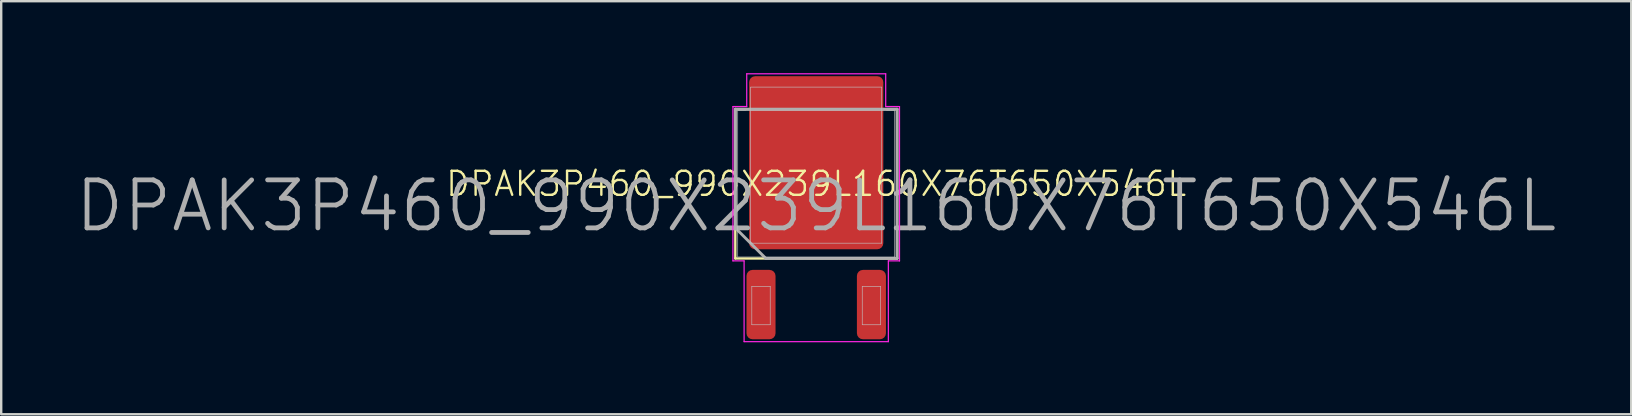
<source format=kicad_pcb>
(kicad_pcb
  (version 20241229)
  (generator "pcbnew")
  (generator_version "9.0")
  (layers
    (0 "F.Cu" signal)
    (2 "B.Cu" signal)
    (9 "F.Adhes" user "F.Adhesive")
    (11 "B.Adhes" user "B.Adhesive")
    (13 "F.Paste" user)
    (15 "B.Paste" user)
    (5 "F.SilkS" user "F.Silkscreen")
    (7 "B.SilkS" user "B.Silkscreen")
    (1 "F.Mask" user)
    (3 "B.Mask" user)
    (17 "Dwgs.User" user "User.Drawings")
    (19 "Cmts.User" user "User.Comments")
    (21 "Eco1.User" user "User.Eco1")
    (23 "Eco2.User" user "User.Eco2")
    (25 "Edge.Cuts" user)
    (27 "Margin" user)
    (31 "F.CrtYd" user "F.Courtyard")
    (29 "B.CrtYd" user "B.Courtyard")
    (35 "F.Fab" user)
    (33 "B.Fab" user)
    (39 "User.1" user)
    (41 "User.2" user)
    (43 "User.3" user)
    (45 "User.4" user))
  (footprint "DPAK3P460_990X239L160X76T650X546L"
    (layer "F.Cu")
    (at 30.957 5.53)
    (property "Reference" "DPAK3P460_990X239L160X76T650X546L" (at 0 -0.922 0) (layer "F.SilkS") (effects (font (size 1 1) (thickness 0.1))))
    (attr smd)
    (fp_line (start -3.37 -4.032) (end -2.945 -4.032) (stroke (width 0.1) (type solid)) (layer "F.SilkS"))
    (fp_line (start -3.37 2.188) (end -3.37 -4.032) (stroke (width 0.1) (type solid)) (layer "F.SilkS"))
    (fp_line (start 2.945 -4.032) (end 3.37 -4.032) (stroke (width 0.1) (type solid)) (layer "F.SilkS"))
    (fp_line (start 3.37 -4.032) (end 3.37 2.188) (stroke (width 0.1) (type solid)) (layer "F.SilkS"))
    (fp_line (start 3.37 2.188) (end -3.37 2.188) (stroke (width 0.1) (type solid)) (layer "F.SilkS"))
    (fp_line (start -3.27 -3.97) (end 3.27 -3.97) (stroke (width 0.025) (type solid)) (layer "Dwgs.User"))
    (fp_line (start -3.27 2.125) (end -3.27 -3.97) (stroke (width 0.025) (type solid)) (layer "Dwgs.User"))
    (fp_line (start -2.73 -4.95) (end 2.73 -4.95) (stroke (width 0.025) (type solid)) (layer "Dwgs.User"))
    (fp_line (start -2.73 1.55) (end -2.73 -4.95) (stroke (width 0.025) (type solid)) (layer "Dwgs.User"))
    (fp_line (start -2.683 3.35) (end -1.917 3.35) (stroke (width 0.025) (type solid)) (layer "Dwgs.User"))
    (fp_line (start -2.683 4.95) (end -2.683 3.35) (stroke (width 0.025) (type solid)) (layer "Dwgs.User"))
    (fp_line (start -1.917 3.35) (end -1.917 4.95) (stroke (width 0.025) (type solid)) (layer "Dwgs.User"))
    (fp_line (start -1.917 4.95) (end -2.683 4.95) (stroke (width 0.025) (type solid)) (layer "Dwgs.User"))
    (fp_line (start 1.917 3.35) (end 2.683 3.35) (stroke (width 0.025) (type solid)) (layer "Dwgs.User"))
    (fp_line (start 1.917 4.95) (end 1.917 3.35) (stroke (width 0.025) (type solid)) (layer "Dwgs.User"))
    (fp_line (start 2.683 3.35) (end 2.683 4.95) (stroke (width 0.025) (type solid)) (layer "Dwgs.User"))
    (fp_line (start 2.683 4.95) (end 1.917 4.95) (stroke (width 0.025) (type solid)) (layer "Dwgs.User"))
    (fp_line (start 2.73 -4.95) (end 2.73 1.55) (stroke (width 0.025) (type solid)) (layer "Dwgs.User"))
    (fp_line (start 2.73 1.55) (end -2.73 1.55) (stroke (width 0.025) (type solid)) (layer "Dwgs.User"))
    (fp_line (start 3.27 -3.97) (end 3.27 2.125) (stroke (width 0.025) (type solid)) (layer "Dwgs.User"))
    (fp_line (start 3.27 2.125) (end -3.27 2.125) (stroke (width 0.025) (type solid)) (layer "Dwgs.User"))
    (fp_line (start -3.47 -4.14) (end -3.47 2.29) (stroke (width 0.05) (type solid)) (layer "F.CrtYd"))
    (fp_line (start -3.47 2.29) (end -3.005 2.29) (stroke (width 0.05) (type solid)) (layer "F.CrtYd"))
    (fp_line (start -3.005 2.29) (end -3.005 5.655) (stroke (width 0.05) (type solid)) (layer "F.CrtYd"))
    (fp_line (start -3.005 5.655) (end 3.005 5.655) (stroke (width 0.05) (type solid)) (layer "F.CrtYd"))
    (fp_line (start -2.895 -5.505) (end -2.895 -4.14) (stroke (width 0.05) (type solid)) (layer "F.CrtYd"))
    (fp_line (start -2.895 -4.14) (end -3.47 -4.14) (stroke (width 0.05) (type solid)) (layer "F.CrtYd"))
    (fp_line (start 2.895 -5.505) (end -2.895 -5.505) (stroke (width 0.05) (type solid)) (layer "F.CrtYd"))
    (fp_line (start 2.895 -4.14) (end 2.895 -5.505) (stroke (width 0.05) (type solid)) (layer "F.CrtYd"))
    (fp_line (start 3.005 2.29) (end 3.47 2.29) (stroke (width 0.05) (type solid)) (layer "F.CrtYd"))
    (fp_line (start 3.005 5.655) (end 3.005 2.29) (stroke (width 0.05) (type solid)) (layer "F.CrtYd"))
    (fp_line (start 3.47 -4.14) (end 2.895 -4.14) (stroke (width 0.05) (type solid)) (layer "F.CrtYd"))
    (fp_line (start 3.47 2.29) (end 3.47 -4.14) (stroke (width 0.05) (type solid)) (layer "F.CrtYd"))
    (fp_line (start -3.37 -4.032) (end 3.37 -4.032) (stroke (width 0.12) (type solid)) (layer "F.Fab"))
    (fp_line (start -3.37 0.917) (end -3.37 -4.032) (stroke (width 0.12) (type solid)) (layer "F.Fab"))
    (fp_line (start -2.1 2.188) (end -3.37 0.917) (stroke (width 0.12) (type solid)) (layer "F.Fab"))
    (fp_line (start 3.37 -4.032) (end 3.37 2.188) (stroke (width 0.12) (type solid)) (layer "F.Fab"))
    (fp_line (start 3.37 2.188) (end -2.1 2.188) (stroke (width 0.12) (type solid)) (layer "F.Fab"))
    (fp_text user "${REFERENCE}" (at 0 0 0) (layer "F.Fab") (effects (font (size 2 2) (thickness 0.2))))
    (pad "" smd rect (at -1.4 -4.5 90) (size 1.27 1.74) (layers "F.Paste"))
    (pad "" smd rect (at -1.4 -2.7 90) (size 1.27 1.74) (layers "F.Paste"))
    (pad "" smd rect (at -1.4 -0.9 90) (size 1.27 1.74) (layers "F.Paste"))
    (pad "" smd rect (at -1.4 0.9 90) (size 1.27 1.74) (layers "F.Paste"))
    (pad "" smd rect (at 1.4 -4.5 90) (size 1.27 1.74) (layers "F.Paste"))
    (pad "" smd rect (at 1.4 -2.7 90) (size 1.27 1.74) (layers "F.Paste"))
    (pad "" smd rect (at 1.4 -0.9 90) (size 1.27 1.74) (layers "F.Paste"))
    (pad "" smd rect (at 1.4 0.9 90) (size 1.27 1.74) (layers "F.Paste"))
    (pad "1" smd roundrect (at -2.3 4.11 90) (size 2.89 1.21) (layers "F.Cu" "F.Mask" "F.Paste") (roundrect_rratio 0.207))
    (pad "2" smd roundrect (at 0 -1.8 90) (size 7.21 5.59) (layers "F.Cu" "F.Mask") (roundrect_rratio 0.045))
    (pad "3" smd roundrect (at 2.3 4.11 90) (size 2.89 1.21) (layers "F.Cu" "F.Mask" "F.Paste") (roundrect_rratio 0.207)))
  (gr_rect
    (start -3 -3)
    (end 64.914 14.21)
    (stroke (width 0.1) (type default))
    (fill no)
    (layer "Edge.Cuts")))
</source>
